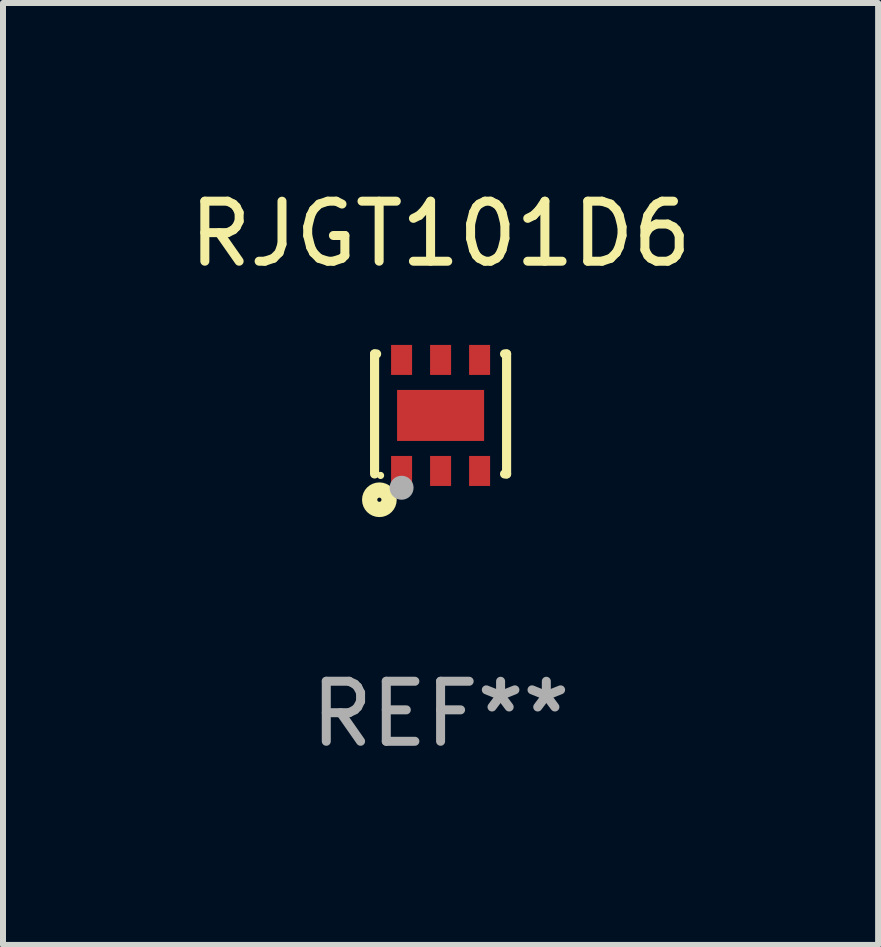
<source format=kicad_pcb>
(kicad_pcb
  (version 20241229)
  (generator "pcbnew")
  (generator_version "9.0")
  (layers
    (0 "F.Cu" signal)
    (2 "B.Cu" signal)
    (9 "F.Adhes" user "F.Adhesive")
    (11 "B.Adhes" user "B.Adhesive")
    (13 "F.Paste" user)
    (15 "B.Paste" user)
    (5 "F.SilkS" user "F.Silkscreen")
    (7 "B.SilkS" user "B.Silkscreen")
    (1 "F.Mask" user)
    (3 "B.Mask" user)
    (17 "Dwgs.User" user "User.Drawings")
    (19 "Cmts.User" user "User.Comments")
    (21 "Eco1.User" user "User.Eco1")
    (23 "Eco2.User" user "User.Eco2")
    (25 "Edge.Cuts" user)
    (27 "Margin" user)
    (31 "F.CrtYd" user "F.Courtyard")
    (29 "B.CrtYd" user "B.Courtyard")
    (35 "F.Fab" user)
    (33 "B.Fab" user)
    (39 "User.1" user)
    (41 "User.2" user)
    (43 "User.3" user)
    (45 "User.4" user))
  (footprint "RJGT101D6"
    (layer "F.Cu")
    (at 4.292 3.848)
    (property "Reference" "RJGT101D6" (at 0 -3 0) (layer "F.SilkS") (effects (font (size 1 1) (thickness 0.15))))
    (attr through_hole)
    (fp_line (start -1.1 -1) (end -1.1 1) (stroke (width 0.152) (type solid)) (layer "F.SilkS"))
    (fp_line (start -1.1 -1) (end -1.066 -1) (stroke (width 0.152) (type solid)) (layer "F.SilkS"))
    (fp_line (start 1.066 -1) (end 1.1 -1) (stroke (width 0.152) (type solid)) (layer "F.SilkS"))
    (fp_line (start 1.1 1) (end 1.066 1) (stroke (width 0.152) (type solid)) (layer "F.SilkS"))
    (fp_line (start 1.1 1) (end 1.1 -1) (stroke (width 0.152) (type solid)) (layer "F.SilkS"))
    (fp_circle (center -1.02 1.43) (end -0.985 1.43) (stroke (width 0.254) (type solid)) (fill no) (layer "F.SilkS"))
    (fp_circle (center -1 1.025) (end -0.97 1.025) (stroke (width 0.06) (type solid)) (fill no) (layer "F.SilkS"))
    (fp_circle (center -0.65 1.23) (end -0.55 1.23) (stroke (width 0.2) (type solid)) (fill no) (layer "F.Fab"))
    (fp_text user "REF**" (at 0 5 0) (layer "F.Fab") (effects (font (size 1 1) (thickness 0.15))))
    (pad "1" smd rect (at -0.65 0.95) (size 0.35 0.5) (layers "F.Cu" "F.Mask" "F.Paste"))
    (pad "2" smd rect (at 0 0.95) (size 0.35 0.5) (layers "F.Cu" "F.Mask" "F.Paste"))
    (pad "3" smd rect (at 0.65 0.95) (size 0.35 0.5) (layers "F.Cu" "F.Mask" "F.Paste"))
    (pad "4" smd rect (at 0.65 -0.9) (size 0.35 0.5) (layers "F.Cu" "F.Mask" "F.Paste"))
    (pad "5" smd rect (at 0 -0.9) (size 0.35 0.5) (layers "F.Cu" "F.Mask" "F.Paste"))
    (pad "6" smd rect (at -0.65 -0.9) (size 0.35 0.5) (layers "F.Cu" "F.Mask" "F.Paste"))
    (pad "7" smd rect (at 0 0.025) (size 1.45 0.85) (layers "F.Cu" "F.Mask" "F.Paste")))
  (gr_rect
    (start -3 -3)
    (end 11.583 12.697)
    (stroke (width 0.1) (type default))
    (fill no)
    (layer "Edge.Cuts")))
</source>
